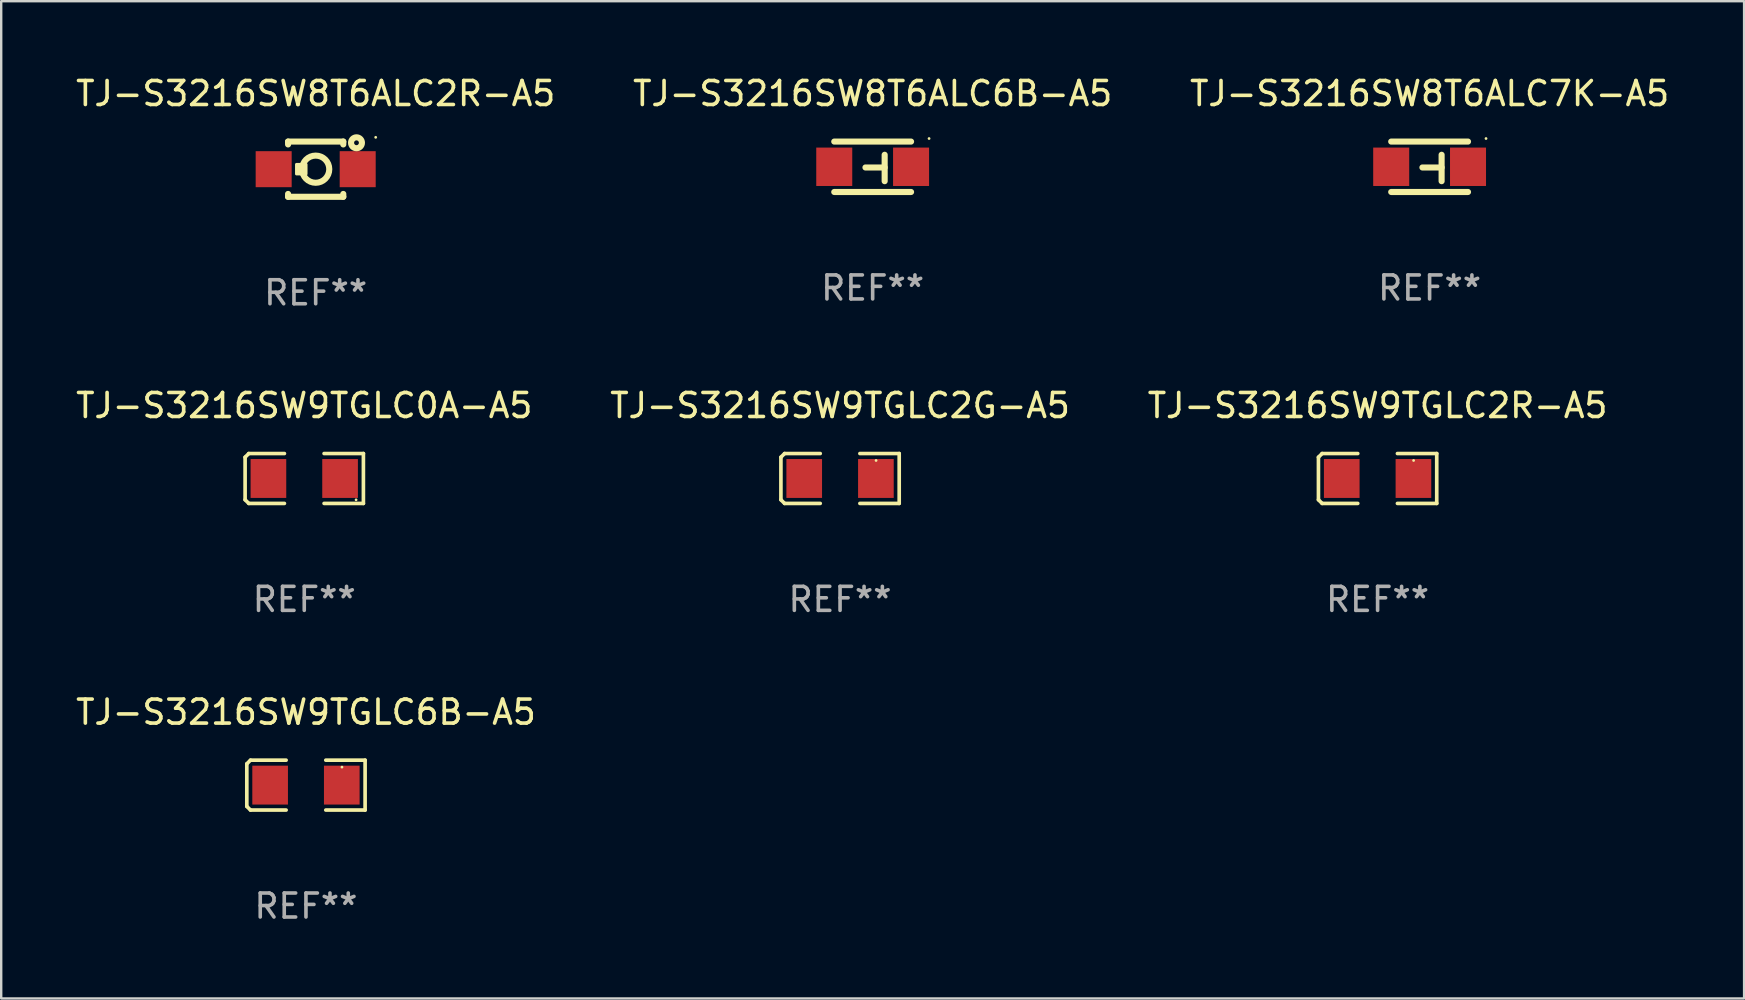
<source format=kicad_pcb>
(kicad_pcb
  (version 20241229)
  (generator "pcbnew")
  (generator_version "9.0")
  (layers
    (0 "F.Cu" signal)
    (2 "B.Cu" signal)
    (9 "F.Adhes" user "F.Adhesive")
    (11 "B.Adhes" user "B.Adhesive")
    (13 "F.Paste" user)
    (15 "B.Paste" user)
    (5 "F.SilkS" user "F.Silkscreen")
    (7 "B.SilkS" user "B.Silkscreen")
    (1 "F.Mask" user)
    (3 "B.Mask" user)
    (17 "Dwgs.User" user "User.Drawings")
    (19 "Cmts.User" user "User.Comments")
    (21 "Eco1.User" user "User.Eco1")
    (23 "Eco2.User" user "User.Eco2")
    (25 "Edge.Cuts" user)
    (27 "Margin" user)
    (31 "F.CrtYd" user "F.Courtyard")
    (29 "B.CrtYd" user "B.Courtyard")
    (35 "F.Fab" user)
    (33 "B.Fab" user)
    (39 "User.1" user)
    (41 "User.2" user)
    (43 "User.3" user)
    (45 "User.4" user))
  (footprint "TJ-S3216SW8T6ALC7K-A5"
    (layer "F.Cu")
    (at 56.506 3.898)
    (property "Reference" "TJ-S3216SW8T6ALC7K-A5" (at 0 -3.05 0) (layer "F.SilkS") (effects (font (size 1 1) (thickness 0.15))))
    (attr through_hole)
    (fp_line (start -1.6 1.05) (end 1.6 1.05) (stroke (width 0.254) (type solid)) (layer "F.SilkS"))
    (fp_line (start 0.5 -0.5) (end 0.5 0.6) (stroke (width 0.254) (type solid)) (layer "F.SilkS"))
    (fp_line (start 0.5 0.029) (end -0.3 0.029) (stroke (width 0.254) (type solid)) (layer "F.SilkS"))
    (fp_line (start 1.6 -1.05) (end -1.6 -1.05) (stroke (width 0.254) (type solid)) (layer "F.SilkS"))
    (fp_circle (center 2.35 -1.177) (end 2.38 -1.177) (stroke (width 0.06) (type solid)) (fill no) (layer "F.SilkS"))
    (fp_text user "REF**" (at 0 5.05 0) (layer "F.Fab") (effects (font (size 1 1) (thickness 0.15))))
    (pad "1" smd rect (at 1.6 0) (size 1.5 1.6) (layers "F.Cu" "F.Mask" "F.Paste"))
    (pad "2" smd rect (at -1.6 0 180) (size 1.5 1.6) (layers "F.Cu" "F.Mask" "F.Paste")))
  (footprint "TJ-S3216SW9TGLC0A-A5"
    (layer "F.Cu")
    (at 9.625 16.883)
    (property "Reference" "TJ-S3216SW9TGLC0A-A5" (at 0 -3.039 0) (layer "F.SilkS") (effects (font (size 1 1) (thickness 0.15))))
    (attr through_hole)
    (fp_line (start -2.464 -0.886) (end -2.311 -1.039) (stroke (width 0.152) (type solid)) (layer "F.SilkS"))
    (fp_line (start -2.464 0.886) (end -2.464 -0.886) (stroke (width 0.152) (type solid)) (layer "F.SilkS"))
    (fp_line (start -2.311 -1.039) (end -0.826 -1.039) (stroke (width 0.152) (type solid)) (layer "F.SilkS"))
    (fp_line (start -2.311 1.039) (end -2.464 0.886) (stroke (width 0.152) (type solid)) (layer "F.SilkS"))
    (fp_line (start -0.826 1.039) (end -2.311 1.039) (stroke (width 0.152) (type solid)) (layer "F.SilkS"))
    (fp_line (start 0.826 1.039) (end 2.464 1.039) (stroke (width 0.152) (type solid)) (layer "F.SilkS"))
    (fp_line (start 2.464 -1.039) (end 0.826 -1.039) (stroke (width 0.152) (type solid)) (layer "F.SilkS"))
    (fp_line (start 2.464 1.039) (end 2.464 -1.039) (stroke (width 0.152) (type solid)) (layer "F.SilkS"))
    (fp_circle (center 2.159 0.889) (end 2.189 0.889) (stroke (width 0.06) (type solid)) (fill no) (layer "F.SilkS"))
    (fp_text user "REF**" (at 0 5.039 0) (layer "F.Fab") (effects (font (size 1 1) (thickness 0.15))))
    (pad "1" smd rect (at 1.492 0) (size 1.485 1.62) (layers "F.Cu" "F.Mask" "F.Paste"))
    (pad "2" smd rect (at -1.493 0) (size 1.485 1.62) (layers "F.Cu" "F.Mask" "F.Paste")))
  (footprint "TJ-S3216SW9TGLC6B-A5"
    (layer "F.Cu")
    (at 9.696 29.657)
    (property "Reference" "TJ-S3216SW9TGLC6B-A5" (at 0 -3.039 0) (layer "F.SilkS") (effects (font (size 1 1) (thickness 0.15))))
    (attr through_hole)
    (fp_line (start -2.464 -0.886) (end -2.311 -1.039) (stroke (width 0.152) (type solid)) (layer "F.SilkS"))
    (fp_line (start -2.464 0.886) (end -2.464 -0.886) (stroke (width 0.152) (type solid)) (layer "F.SilkS"))
    (fp_line (start -2.311 -1.039) (end -0.826 -1.039) (stroke (width 0.152) (type solid)) (layer "F.SilkS"))
    (fp_line (start -2.311 1.039) (end -2.464 0.886) (stroke (width 0.152) (type solid)) (layer "F.SilkS"))
    (fp_line (start -0.826 1.039) (end -2.311 1.039) (stroke (width 0.152) (type solid)) (layer "F.SilkS"))
    (fp_line (start 0.826 1.039) (end 2.464 1.039) (stroke (width 0.152) (type solid)) (layer "F.SilkS"))
    (fp_line (start 2.464 -1.039) (end 0.826 -1.039) (stroke (width 0.152) (type solid)) (layer "F.SilkS"))
    (fp_line (start 2.464 1.039) (end 2.464 -1.039) (stroke (width 0.152) (type solid)) (layer "F.SilkS"))
    (fp_circle (center 1.5 -0.75) (end 1.53 -0.75) (stroke (width 0.06) (type solid)) (fill no) (layer "F.SilkS"))
    (fp_text user "REF**" (at 0 5.039 0) (layer "F.Fab") (effects (font (size 1 1) (thickness 0.15))))
    (pad "1" smd rect (at 1.492 0) (size 1.485 1.62) (layers "F.Cu" "F.Mask" "F.Paste"))
    (pad "2" smd rect (at -1.493 0) (size 1.485 1.62) (layers "F.Cu" "F.Mask" "F.Paste")))
  (footprint "TJ-S3216SW8T6ALC6B-A5"
    (layer "F.Cu")
    (at 33.304 3.898)
    (property "Reference" "TJ-S3216SW8T6ALC6B-A5" (at 0 -3.05 0) (layer "F.SilkS") (effects (font (size 1 1) (thickness 0.15))))
    (attr through_hole)
    (fp_line (start -1.6 1.05) (end 1.6 1.05) (stroke (width 0.254) (type solid)) (layer "F.SilkS"))
    (fp_line (start 0.5 -0.5) (end 0.5 0.6) (stroke (width 0.254) (type solid)) (layer "F.SilkS"))
    (fp_line (start 0.5 0.029) (end -0.3 0.029) (stroke (width 0.254) (type solid)) (layer "F.SilkS"))
    (fp_line (start 1.6 -1.05) (end -1.6 -1.05) (stroke (width 0.254) (type solid)) (layer "F.SilkS"))
    (fp_circle (center 2.35 -1.177) (end 2.38 -1.177) (stroke (width 0.06) (type solid)) (fill no) (layer "F.SilkS"))
    (fp_text user "REF**" (at 0 5.05 0) (layer "F.Fab") (effects (font (size 1 1) (thickness 0.15))))
    (pad "1" smd rect (at 1.6 0) (size 1.5 1.6) (layers "F.Cu" "F.Mask" "F.Paste"))
    (pad "2" smd rect (at -1.6 0 180) (size 1.5 1.6) (layers "F.Cu" "F.Mask" "F.Paste")))
  (footprint "TJ-S3216SW9TGLC2G-A5"
    (layer "F.Cu")
    (at 31.946 16.883)
    (property "Reference" "TJ-S3216SW9TGLC2G-A5" (at 0 -3.039 0) (layer "F.SilkS") (effects (font (size 1 1) (thickness 0.15))))
    (attr through_hole)
    (fp_line (start -2.464 -0.886) (end -2.311 -1.039) (stroke (width 0.152) (type solid)) (layer "F.SilkS"))
    (fp_line (start -2.464 0.886) (end -2.464 -0.886) (stroke (width 0.152) (type solid)) (layer "F.SilkS"))
    (fp_line (start -2.311 -1.039) (end -0.826 -1.039) (stroke (width 0.152) (type solid)) (layer "F.SilkS"))
    (fp_line (start -2.311 1.039) (end -2.464 0.886) (stroke (width 0.152) (type solid)) (layer "F.SilkS"))
    (fp_line (start -0.826 1.039) (end -2.311 1.039) (stroke (width 0.152) (type solid)) (layer "F.SilkS"))
    (fp_line (start 0.826 1.039) (end 2.464 1.039) (stroke (width 0.152) (type solid)) (layer "F.SilkS"))
    (fp_line (start 2.464 -1.039) (end 0.826 -1.039) (stroke (width 0.152) (type solid)) (layer "F.SilkS"))
    (fp_line (start 2.464 1.039) (end 2.464 -1.039) (stroke (width 0.152) (type solid)) (layer "F.SilkS"))
    (fp_circle (center 1.5 -0.75) (end 1.53 -0.75) (stroke (width 0.06) (type solid)) (fill no) (layer "F.SilkS"))
    (fp_text user "REF**" (at 0 5.039 0) (layer "F.Fab") (effects (font (size 1 1) (thickness 0.15))))
    (pad "1" smd rect (at 1.493 0) (size 1.485 1.62) (layers "F.Cu" "F.Mask" "F.Paste"))
    (pad "2" smd rect (at -1.493 0) (size 1.485 1.62) (layers "F.Cu" "F.Mask" "F.Paste")))
  (footprint "TJ-S3216SW8T6ALC2R-A5"
    (layer "F.Cu")
    (at 10.101 3.998)
    (property "Reference" "TJ-S3216SW8T6ALC2R-A5" (at 0 -3.15 0) (layer "F.SilkS") (effects (font (size 1 1) (thickness 0.15))))
    (attr through_hole)
    (fp_line (start -1.15 -1.15) (end -1.15 -1.031) (stroke (width 0.254) (type solid)) (layer "F.SilkS"))
    (fp_line (start -1.15 1.031) (end -1.15 1.15) (stroke (width 0.254) (type solid)) (layer "F.SilkS"))
    (fp_line (start -1.15 1.15) (end 1.15 1.15) (stroke (width 0.254) (type solid)) (layer "F.SilkS"))
    (fp_line (start 1.15 -1.15) (end -1.15 -1.15) (stroke (width 0.254) (type solid)) (layer "F.SilkS"))
    (fp_line (start 1.15 -1.15) (end 1.15 -1.031) (stroke (width 0.254) (type solid)) (layer "F.SilkS"))
    (fp_line (start 1.15 1.031) (end 1.15 1.15) (stroke (width 0.254) (type solid)) (layer "F.SilkS"))
    (fp_circle (center 0 0) (end 0.566 0) (stroke (width 0.254) (type solid)) (fill no) (layer "F.SilkS"))
    (fp_circle (center 1.7 -1.1) (end 1.8 -1.1) (stroke (width 0.254) (type solid)) (fill no) (layer "F.SilkS"))
    (fp_circle (center 2.5 -1.327) (end 2.53 -1.327) (stroke (width 0.06) (type solid)) (fill no) (layer "F.SilkS"))
    (fp_poly (pts (xy -0.8 -0.2) (xy -0.4 -0.2) (xy -0.4 0.2) (xy -0.8 0.2)) (stroke (width 0.12) (type solid)) (fill yes) (layer "F.SilkS"))
    (fp_text user "REF**" (at 0 5.15 0) (layer "F.Fab") (effects (font (size 1 1) (thickness 0.15))))
    (pad "1" smd rect (at 1.75 0 180) (size 1.5 1.5) (layers "F.Cu" "F.Mask" "F.Paste"))
    (pad "2" smd rect (at -1.75 0) (size 1.5 1.5) (layers "F.Cu" "F.Mask" "F.Paste")))
  (footprint "TJ-S3216SW9TGLC2R-A5"
    (layer "F.Cu")
    (at 54.339 16.883)
    (property "Reference" "TJ-S3216SW9TGLC2R-A5" (at 0 -3.039 0) (layer "F.SilkS") (effects (font (size 1 1) (thickness 0.15))))
    (attr through_hole)
    (fp_line (start -2.464 -0.886) (end -2.311 -1.039) (stroke (width 0.152) (type solid)) (layer "F.SilkS"))
    (fp_line (start -2.464 0.886) (end -2.464 -0.886) (stroke (width 0.152) (type solid)) (layer "F.SilkS"))
    (fp_line (start -2.311 -1.039) (end -0.826 -1.039) (stroke (width 0.152) (type solid)) (layer "F.SilkS"))
    (fp_line (start -2.311 1.039) (end -2.464 0.886) (stroke (width 0.152) (type solid)) (layer "F.SilkS"))
    (fp_line (start -0.826 1.039) (end -2.311 1.039) (stroke (width 0.152) (type solid)) (layer "F.SilkS"))
    (fp_line (start 0.826 1.039) (end 2.464 1.039) (stroke (width 0.152) (type solid)) (layer "F.SilkS"))
    (fp_line (start 2.464 -1.039) (end 0.826 -1.039) (stroke (width 0.152) (type solid)) (layer "F.SilkS"))
    (fp_line (start 2.464 1.039) (end 2.464 -1.039) (stroke (width 0.152) (type solid)) (layer "F.SilkS"))
    (fp_circle (center 1.5 -0.75) (end 1.53 -0.75) (stroke (width 0.06) (type solid)) (fill no) (layer "F.SilkS"))
    (fp_text user "REF**" (at 0 5.039 0) (layer "F.Fab") (effects (font (size 1 1) (thickness 0.15))))
    (pad "1" smd rect (at 1.493 0) (size 1.485 1.62) (layers "F.Cu" "F.Mask" "F.Paste"))
    (pad "2" smd rect (at -1.493 0) (size 1.485 1.62) (layers "F.Cu" "F.Mask" "F.Paste")))
  (gr_rect
    (start -3 -3)
    (end 69.607 38.544)
    (stroke (width 0.1) (type default))
    (fill no)
    (layer "Edge.Cuts")))
</source>
